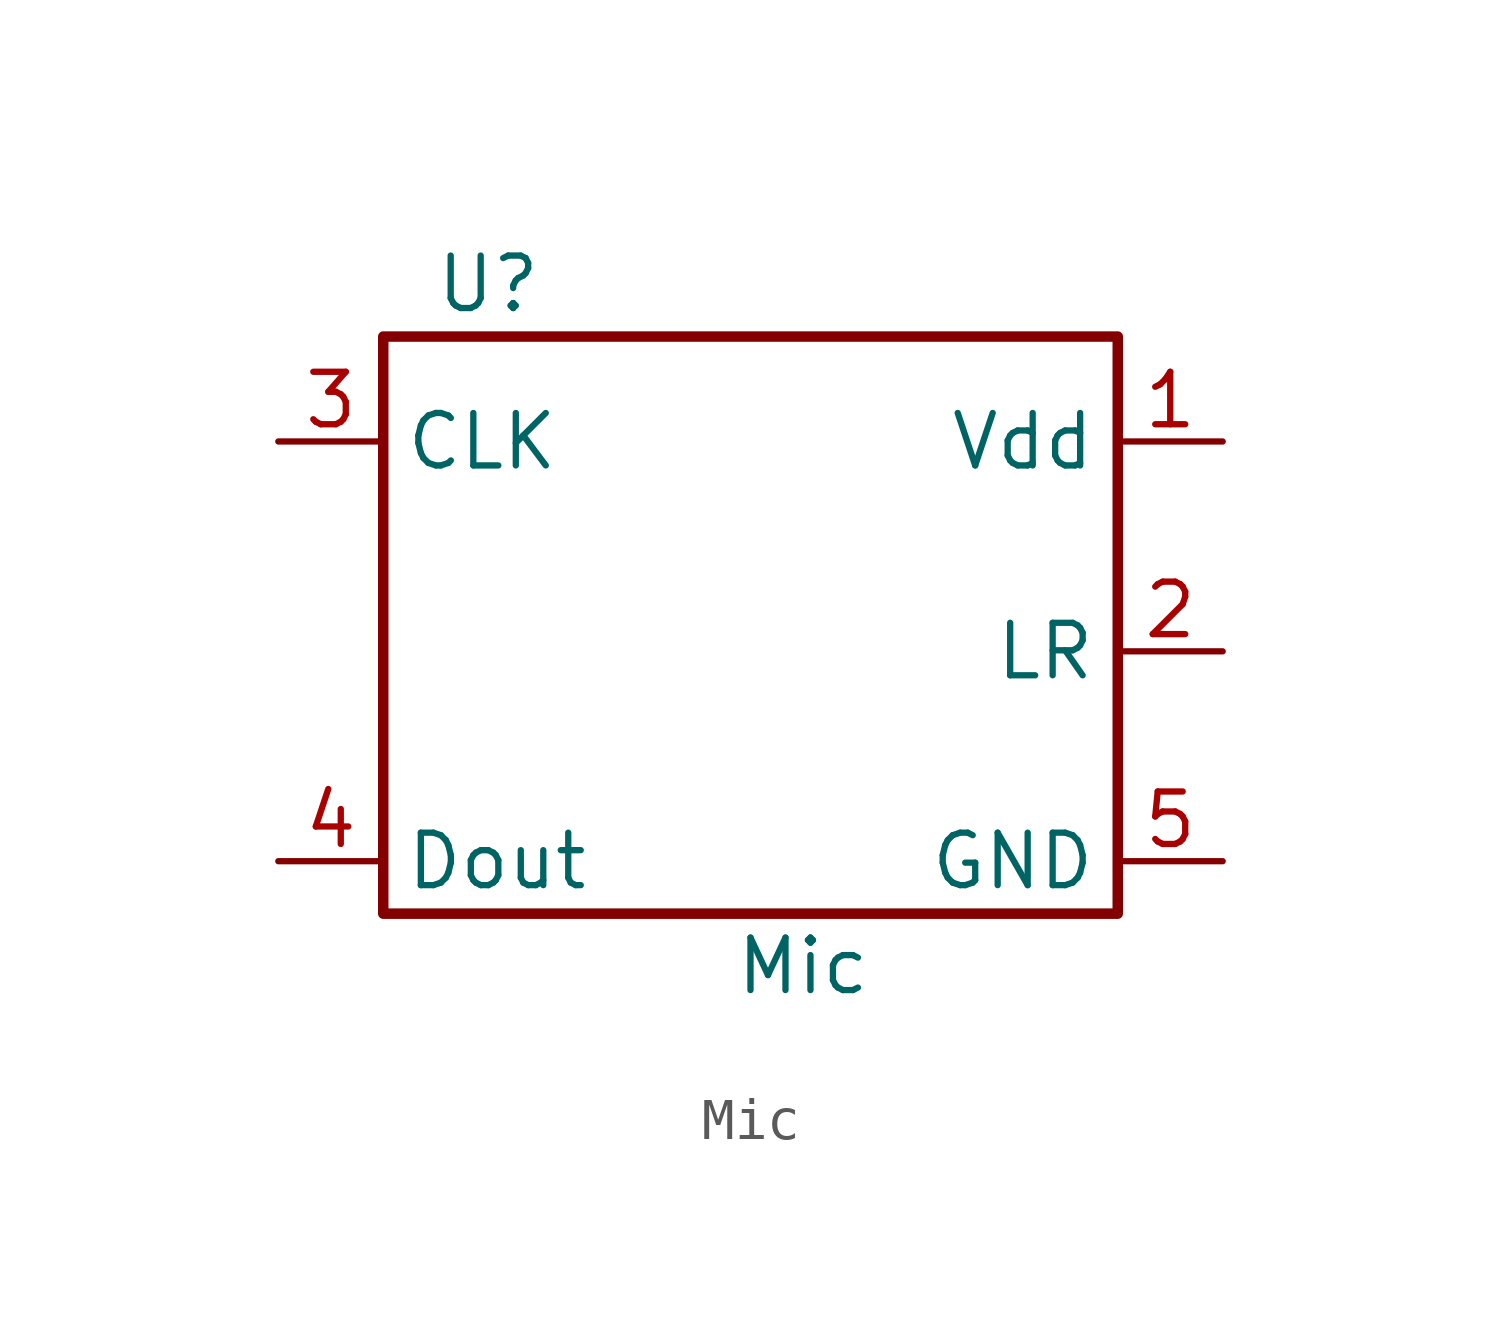
<source format=kicad_sym>
(kicad_symbol_lib
  (version 20211014)
  (generator kicad_symbol_editor)
  (symbol "Mic"
    (property "Reference" "U"
      (at -7.62 6.35 0)
      (effects (font (size 1.27 1.27))))
    (property "Value" "Mic"
      (at 0 -10.16 0)
      (effects (font (size 1.27 1.27))))
    (symbol "Mic_1_1"
      (rectangle (start -10.16 5.08) (end 7.62 -8.89) (stroke (width 0.254) (type default) (color 0 0 0 0)) (fill (type none)))
      (pin power_in line (at 10.16 2.54 180) (length 2.54) (name "Vdd" (effects (font (size 1.27 1.27)))) (number "1" (effects (font (size 1.27 1.27)))))
      (pin input line (at 10.16 -2.54 180) (length 2.54) (name "LR" (effects (font (size 1.27 1.27)))) (number "2" (effects (font (size 1.27 1.27)))))
      (pin input line (at -12.7 2.54 0) (length 2.54) (name "CLK" (effects (font (size 1.27 1.27)))) (number "3" (effects (font (size 1.27 1.27)))))
      (pin tri_state line (at -12.7 -7.62 0) (length 2.54) (name "Dout" (effects (font (size 1.27 1.27)))) (number "4" (effects (font (size 1.27 1.27)))))
      (pin power_in line (at 10.16 -7.62 180) (length 2.54) (name "GND" (effects (font (size 1.27 1.27)))) (number "5" (effects (font (size 1.27 1.27))))))))
</source>
